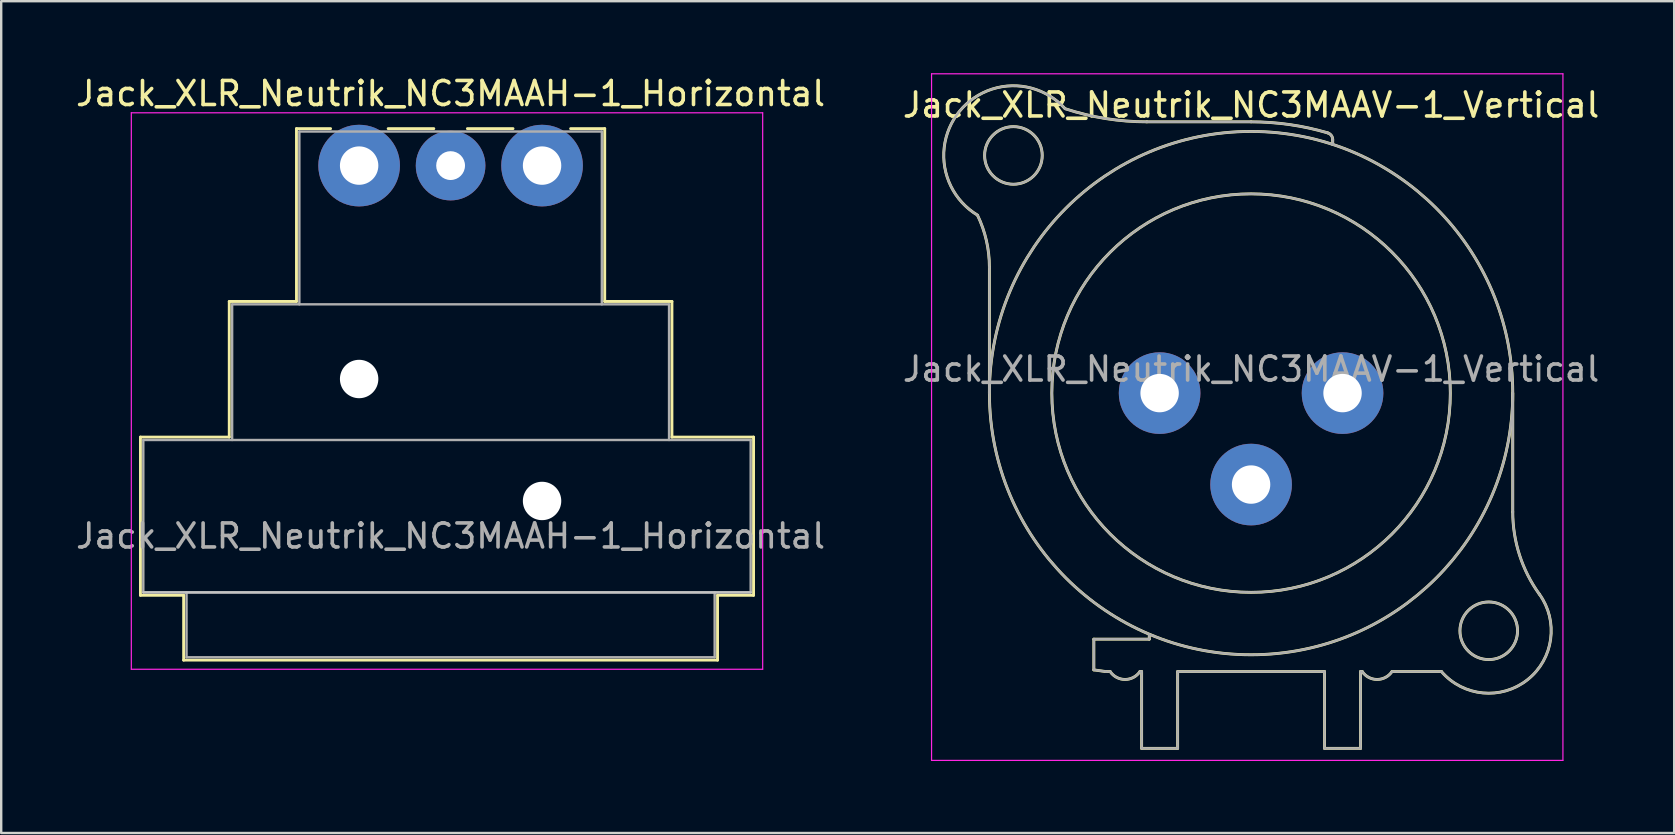
<source format=kicad_pcb>
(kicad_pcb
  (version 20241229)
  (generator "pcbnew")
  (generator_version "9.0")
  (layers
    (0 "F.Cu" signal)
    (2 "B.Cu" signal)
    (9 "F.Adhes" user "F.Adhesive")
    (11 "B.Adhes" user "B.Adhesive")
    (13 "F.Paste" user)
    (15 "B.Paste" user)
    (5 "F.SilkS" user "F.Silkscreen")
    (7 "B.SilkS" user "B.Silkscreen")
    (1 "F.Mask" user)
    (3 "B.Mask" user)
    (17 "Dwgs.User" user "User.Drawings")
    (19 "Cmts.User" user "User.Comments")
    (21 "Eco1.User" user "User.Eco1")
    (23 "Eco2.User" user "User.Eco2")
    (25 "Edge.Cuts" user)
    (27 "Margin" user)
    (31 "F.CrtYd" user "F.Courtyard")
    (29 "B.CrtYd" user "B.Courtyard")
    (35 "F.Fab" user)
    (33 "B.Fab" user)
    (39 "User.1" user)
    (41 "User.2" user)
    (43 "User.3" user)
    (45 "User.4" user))
  (footprint "Jack_XLR_Neutrik_NC3MAAV-1_Vertical"
    (layer "F.Cu")
    (at 45.255 13.325)
    (property "Reference" "Jack_XLR_Neutrik_NC3MAAV-1_Vertical" (at 3.81 -12 0) (layer "F.SilkS") (effects (font (size 1 1) (thickness 0.15))))
    (attr through_hole)
    (fp_line (start -7.09 -5.24) (end -7.09 0) (stroke (width 0.12) (type solid)) (layer "F.SilkS"))
    (fp_line (start -2.74 11.53) (end -2.74 10.25) (stroke (width 0.12) (type solid)) (layer "F.SilkS"))
    (fp_line (start -2.74 11.53) (end -2.24 11.6) (stroke (width 0.12) (type solid)) (layer "F.SilkS"))
    (fp_line (start -2.24 11.6) (end -2.06 11.6) (stroke (width 0.12) (type solid)) (layer "F.SilkS"))
    (fp_line (start -0.75 11.6) (end -0.82 11.6) (stroke (width 0.12) (type solid)) (layer "F.SilkS"))
    (fp_line (start -0.75 11.6) (end -0.75 14.8) (stroke (width 0.12) (type solid)) (layer "F.SilkS"))
    (fp_line (start -0.43 10.25) (end -2.74 10.25) (stroke (width 0.12) (type solid)) (layer "F.SilkS"))
    (fp_line (start -0.43 10.25) (end -0.43 10.05) (stroke (width 0.12) (type solid)) (layer "F.SilkS"))
    (fp_line (start 0.75 11.6) (end 0.75 14.8) (stroke (width 0.12) (type solid)) (layer "F.SilkS"))
    (fp_line (start 0.75 11.6) (end 6.87 11.6) (stroke (width 0.12) (type solid)) (layer "F.SilkS"))
    (fp_line (start 0.75 14.8) (end -0.75 14.8) (stroke (width 0.12) (type solid)) (layer "F.SilkS"))
    (fp_line (start 3.81 -11.3) (end -0.53 -11.3) (stroke (width 0.12) (type solid)) (layer "F.SilkS"))
    (fp_line (start 6.87 11.6) (end 6.87 14.8) (stroke (width 0.12) (type solid)) (layer "F.SilkS"))
    (fp_line (start 7.21 -10.36) (end 7.21 -10.55) (stroke (width 0.12) (type solid)) (layer "F.SilkS"))
    (fp_line (start 8.37 11.6) (end 8.37 14.8) (stroke (width 0.12) (type solid)) (layer "F.SilkS"))
    (fp_line (start 8.37 11.6) (end 8.44 11.6) (stroke (width 0.12) (type solid)) (layer "F.SilkS"))
    (fp_line (start 8.37 14.8) (end 6.87 14.8) (stroke (width 0.12) (type solid)) (layer "F.SilkS"))
    (fp_line (start 9.68 11.6) (end 11.74 11.6) (stroke (width 0.12) (type solid)) (layer "F.SilkS"))
    (fp_line (start 14.71 4.95) (end 14.71 0) (stroke (width 0.12) (type solid)) (layer "F.SilkS"))
    (fp_arc (start -7.588965 -7.414421) (mid -8.331551 -11.74403) (end -3.94 -11.85) (stroke (width 0.12) (type solid)) (layer "F.SilkS"))
    (fp_arc (start -7.584615 -7.408295) (mid -7.215222 -6.351997) (end -7.09 -5.24) (stroke (width 0.12) (type solid)) (layer "F.SilkS"))
    (fp_arc (start -0.820521 11.600769) (mid -1.440464 11.928866) (end -2.06 11.6) (stroke (width 0.12) (type solid)) (layer "F.SilkS"))
    (fp_arc (start -0.53 -11.3) (mid -2.253923 -11.43719) (end -3.934451 -11.845305) (stroke (width 0.12) (type solid)) (layer "F.SilkS"))
    (fp_arc (start 3.81 -11.3) (mid 5.421707 -11.184471) (end 7.000458 -10.840248) (stroke (width 0.12) (type solid)) (layer "F.SilkS"))
    (fp_arc (start 7.004232 -10.837678) (mid 7.156013 -10.728814) (end 7.21 -10.55) (stroke (width 0.12) (type solid)) (layer "F.SilkS"))
    (fp_arc (start 9.679479 11.600769) (mid 9.059536 11.928866) (end 8.44 11.6) (stroke (width 0.12) (type solid)) (layer "F.SilkS"))
    (fp_arc (start 15.815277 8.372002) (mid 14.993173 6.748036) (end 14.71 4.95) (stroke (width 0.12) (type solid)) (layer "F.SilkS"))
    (fp_arc (start 15.815343 8.370807) (mid 15.326014 11.93946) (end 11.74 11.6) (stroke (width 0.12) (type solid)) (layer "F.SilkS"))
    (fp_circle (center -6.09 -9.9) (end -4.89 -9.9) (stroke (width 0.12) (type solid)) (fill no) (layer "F.SilkS"))
    (fp_circle (center 3.81 0) (end 12.11 0) (stroke (width 0.12) (type solid)) (fill no) (layer "F.SilkS"))
    (fp_circle (center 3.81 0) (end 14.71 0) (stroke (width 0.12) (type solid)) (fill no) (layer "F.SilkS"))
    (fp_circle (center 13.71 9.9) (end 14.91 9.9) (stroke (width 0.12) (type solid)) (fill no) (layer "F.SilkS"))
    (fp_line (start -9.5 -13.3) (end 16.8 -13.3) (stroke (width 0.05) (type solid)) (layer "F.CrtYd"))
    (fp_line (start -9.5 15.3) (end -9.5 -13.3) (stroke (width 0.05) (type solid)) (layer "F.CrtYd"))
    (fp_line (start 16.8 -13.3) (end 16.8 15.3) (stroke (width 0.05) (type solid)) (layer "F.CrtYd"))
    (fp_line (start 16.8 15.3) (end -9.5 15.3) (stroke (width 0.05) (type solid)) (layer "F.CrtYd"))
    (fp_line (start -7.09 -5.24) (end -7.09 0) (stroke (width 0.1) (type solid)) (layer "F.Fab"))
    (fp_line (start -2.74 11.53) (end -2.74 10.25) (stroke (width 0.1) (type solid)) (layer "F.Fab"))
    (fp_line (start -2.74 11.53) (end -2.24 11.6) (stroke (width 0.1) (type solid)) (layer "F.Fab"))
    (fp_line (start -2.24 11.6) (end -2.06 11.6) (stroke (width 0.1) (type solid)) (layer "F.Fab"))
    (fp_line (start -0.75 11.6) (end -0.82 11.6) (stroke (width 0.1) (type solid)) (layer "F.Fab"))
    (fp_line (start -0.75 11.6) (end -0.75 14.8) (stroke (width 0.1) (type solid)) (layer "F.Fab"))
    (fp_line (start -0.43 10.25) (end -2.74 10.25) (stroke (width 0.1) (type solid)) (layer "F.Fab"))
    (fp_line (start -0.43 10.25) (end -0.43 10.05) (stroke (width 0.1) (type solid)) (layer "F.Fab"))
    (fp_line (start 0.75 11.6) (end 0.75 14.8) (stroke (width 0.1) (type solid)) (layer "F.Fab"))
    (fp_line (start 0.75 11.6) (end 6.87 11.6) (stroke (width 0.1) (type solid)) (layer "F.Fab"))
    (fp_line (start 0.75 14.8) (end -0.75 14.8) (stroke (width 0.1) (type solid)) (layer "F.Fab"))
    (fp_line (start 3.81 -11.3) (end -0.53 -11.3) (stroke (width 0.1) (type solid)) (layer "F.Fab"))
    (fp_line (start 6.87 11.6) (end 6.87 14.8) (stroke (width 0.1) (type solid)) (layer "F.Fab"))
    (fp_line (start 7.21 -10.36) (end 7.21 -10.55) (stroke (width 0.1) (type solid)) (layer "F.Fab"))
    (fp_line (start 8.37 11.6) (end 8.37 14.8) (stroke (width 0.1) (type solid)) (layer "F.Fab"))
    (fp_line (start 8.37 11.6) (end 8.44 11.6) (stroke (width 0.1) (type solid)) (layer "F.Fab"))
    (fp_line (start 8.37 14.8) (end 6.87 14.8) (stroke (width 0.1) (type solid)) (layer "F.Fab"))
    (fp_line (start 9.68 11.6) (end 11.74 11.6) (stroke (width 0.1) (type solid)) (layer "F.Fab"))
    (fp_line (start 14.71 4.95) (end 14.71 0) (stroke (width 0.1) (type solid)) (layer "F.Fab"))
    (fp_arc (start -7.588965 -7.414421) (mid -8.331551 -11.74403) (end -3.94 -11.85) (stroke (width 0.1) (type solid)) (layer "F.Fab"))
    (fp_arc (start -7.584615 -7.408295) (mid -7.215222 -6.351997) (end -7.09 -5.24) (stroke (width 0.1) (type solid)) (layer "F.Fab"))
    (fp_arc (start -0.820521 11.600769) (mid -1.440464 11.928866) (end -2.06 11.6) (stroke (width 0.1) (type solid)) (layer "F.Fab"))
    (fp_arc (start -0.53 -11.3) (mid -2.253923 -11.43719) (end -3.934451 -11.845305) (stroke (width 0.1) (type solid)) (layer "F.Fab"))
    (fp_arc (start 3.81 -11.3) (mid 5.421707 -11.184471) (end 7.000458 -10.840248) (stroke (width 0.1) (type solid)) (layer "F.Fab"))
    (fp_arc (start 7.004232 -10.837678) (mid 7.156013 -10.728814) (end 7.21 -10.55) (stroke (width 0.1) (type solid)) (layer "F.Fab"))
    (fp_arc (start 9.679479 11.600769) (mid 9.059536 11.928866) (end 8.44 11.6) (stroke (width 0.1) (type solid)) (layer "F.Fab"))
    (fp_arc (start 15.815277 8.372002) (mid 14.993173 6.748036) (end 14.71 4.95) (stroke (width 0.1) (type solid)) (layer "F.Fab"))
    (fp_arc (start 15.815343 8.370807) (mid 15.326014 11.93946) (end 11.74 11.6) (stroke (width 0.1) (type solid)) (layer "F.Fab"))
    (fp_circle (center -6.09 -9.9) (end -4.89 -9.9) (stroke (width 0.1) (type solid)) (fill no) (layer "F.Fab"))
    (fp_circle (center 3.81 0) (end 12.11 0) (stroke (width 0.1) (type solid)) (fill no) (layer "F.Fab"))
    (fp_circle (center 3.81 0) (end 14.71 0) (stroke (width 0.1) (type solid)) (fill no) (layer "F.Fab"))
    (fp_circle (center 13.71 9.9) (end 14.91 9.9) (stroke (width 0.1) (type solid)) (fill no) (layer "F.Fab"))
    (fp_text user "${REFERENCE}" (at 3.81 -1 0) (layer "F.Fab") (effects (font (size 1 1) (thickness 0.15))))
    (pad "1" thru_hole circle (at 0 0) (size 3.4 3.4) (drill 1.6) (layers "*.Cu" "*.Mask"))
    (pad "2" thru_hole circle (at 7.62 0) (size 3.4 3.4) (drill 1.6) (layers "*.Cu" "*.Mask"))
    (pad "3" thru_hole circle (at 3.81 3.81) (size 3.4 3.4) (drill 1.6) (layers "*.Cu" "*.Mask")))
  (footprint "Jack_XLR_Neutrik_NC3MAAH-1_Horizontal"
    (layer "F.Cu")
    (at 11.91 3.848)
    (property "Reference" "Jack_XLR_Neutrik_NC3MAAH-1_Horizontal" (at 3.81 -3 0) (layer "F.SilkS") (effects (font (size 1 1) (thickness 0.15))))
    (attr through_hole)
    (fp_line (start -9.11 11.31) (end -5.41 11.31) (stroke (width 0.12) (type solid)) (layer "F.SilkS"))
    (fp_line (start -9.11 17.9) (end -9.11 11.31) (stroke (width 0.12) (type solid)) (layer "F.SilkS"))
    (fp_line (start -7.31 17.9) (end -9.11 17.9) (stroke (width 0.12) (type solid)) (layer "F.SilkS"))
    (fp_line (start -7.31 17.9) (end -7.31 20.6) (stroke (width 0.12) (type solid)) (layer "F.SilkS"))
    (fp_line (start -5.41 11.31) (end -5.41 5.66) (stroke (width 0.12) (type solid)) (layer "F.SilkS"))
    (fp_line (start -2.61 5.66) (end -5.41 5.66) (stroke (width 0.12) (type solid)) (layer "F.SilkS"))
    (fp_line (start -2.61 5.66) (end -2.61 -1.54) (stroke (width 0.12) (type solid)) (layer "F.SilkS"))
    (fp_line (start -1.19 -1.54) (end -2.61 -1.54) (stroke (width 0.12) (type solid)) (layer "F.SilkS"))
    (fp_line (start 3.11 -1.54) (end 1.21 -1.54) (stroke (width 0.12) (type solid)) (layer "F.SilkS"))
    (fp_line (start 4.51 -1.54) (end 6.41 -1.54) (stroke (width 0.12) (type solid)) (layer "F.SilkS"))
    (fp_line (start 10.23 -1.54) (end 8.81 -1.54) (stroke (width 0.12) (type solid)) (layer "F.SilkS"))
    (fp_line (start 10.23 5.66) (end 10.23 -1.54) (stroke (width 0.12) (type solid)) (layer "F.SilkS"))
    (fp_line (start 10.23 5.66) (end 13.03 5.66) (stroke (width 0.12) (type solid)) (layer "F.SilkS"))
    (fp_line (start 13.03 11.31) (end 13.03 5.66) (stroke (width 0.12) (type solid)) (layer "F.SilkS"))
    (fp_line (start 13.03 11.31) (end 16.43 11.31) (stroke (width 0.12) (type solid)) (layer "F.SilkS"))
    (fp_line (start 14.93 17.9) (end 14.93 20.6) (stroke (width 0.12) (type solid)) (layer "F.SilkS"))
    (fp_line (start 14.93 20.6) (end -7.31 20.6) (stroke (width 0.12) (type solid)) (layer "F.SilkS"))
    (fp_line (start 16.43 17.9) (end 14.93 17.9) (stroke (width 0.12) (type solid)) (layer "F.SilkS"))
    (fp_line (start 16.43 17.9) (end 16.43 11.31) (stroke (width 0.12) (type solid)) (layer "F.SilkS"))
    (fp_line (start 16.31 17.78) (end -8.99 17.78) (stroke (width 0.1) (type solid)) (layer "Dwgs.User"))
    (fp_line (start -9.49 20.98) (end -9.49 -2.2) (stroke (width 0.05) (type solid)) (layer "F.CrtYd"))
    (fp_line (start 16.81 -2.2) (end -9.49 -2.2) (stroke (width 0.05) (type solid)) (layer "F.CrtYd"))
    (fp_line (start 16.81 20.98) (end -9.49 20.98) (stroke (width 0.05) (type solid)) (layer "F.CrtYd"))
    (fp_line (start 16.81 20.98) (end 16.81 -2.2) (stroke (width 0.05) (type solid)) (layer "F.CrtYd"))
    (fp_line (start -8.99 11.43) (end 16.31 11.43) (stroke (width 0.1) (type solid)) (layer "F.Fab"))
    (fp_line (start -8.99 17.78) (end -8.99 11.43) (stroke (width 0.1) (type solid)) (layer "F.Fab"))
    (fp_line (start -7.19 20.48) (end -7.19 17.78) (stroke (width 0.1) (type solid)) (layer "F.Fab"))
    (fp_line (start -5.29 5.78) (end -5.29 11.43) (stroke (width 0.1) (type solid)) (layer "F.Fab"))
    (fp_line (start -5.29 5.78) (end 12.91 5.78) (stroke (width 0.1) (type solid)) (layer "F.Fab"))
    (fp_line (start -2.49 5.78) (end -2.49 -1.42) (stroke (width 0.1) (type solid)) (layer "F.Fab"))
    (fp_line (start 10.11 -1.42) (end -2.49 -1.42) (stroke (width 0.1) (type solid)) (layer "F.Fab"))
    (fp_line (start 10.11 5.78) (end 10.11 -1.42) (stroke (width 0.1) (type solid)) (layer "F.Fab"))
    (fp_line (start 12.91 11.43) (end 12.91 5.78) (stroke (width 0.1) (type solid)) (layer "F.Fab"))
    (fp_line (start 14.81 17.78) (end 14.81 20.48) (stroke (width 0.1) (type solid)) (layer "F.Fab"))
    (fp_line (start 14.81 20.48) (end -7.19 20.48) (stroke (width 0.1) (type solid)) (layer "F.Fab"))
    (fp_line (start 16.31 11.43) (end 16.31 17.78) (stroke (width 0.1) (type solid)) (layer "F.Fab"))
    (fp_line (start 16.31 17.78) (end -8.99 17.78) (stroke (width 0.1) (type solid)) (layer "F.Fab"))
    (fp_text user "${REFERENCE}" (at 3.81 15.43 0) (layer "F.Fab") (effects (font (size 1 1) (thickness 0.15))))
    (pad "" np_thru_hole circle (at 0 8.89) (size 1.6 1.6) (drill 1.6) (layers "*.Cu" "*.Mask"))
    (pad "" np_thru_hole circle (at 7.62 13.97) (size 1.6 1.6) (drill 1.6) (layers "*.Cu" "*.Mask"))
    (pad "1" thru_hole circle (at 0 0) (size 3.4 3.4) (drill 1.6) (layers "*.Cu" "*.Mask"))
    (pad "2" thru_hole circle (at 7.62 0) (size 3.4 3.4) (drill 1.6) (layers "*.Cu" "*.Mask"))
    (pad "3" thru_hole circle (at 3.81 0) (size 2.9 2.9) (drill 1.2) (layers "*.Cu" "*.Mask")))
  (gr_rect
    (start -3 -3)
    (end 66.69 31.65)
    (stroke (width 0.1) (type default))
    (fill no)
    (layer "Edge.Cuts")))
</source>
